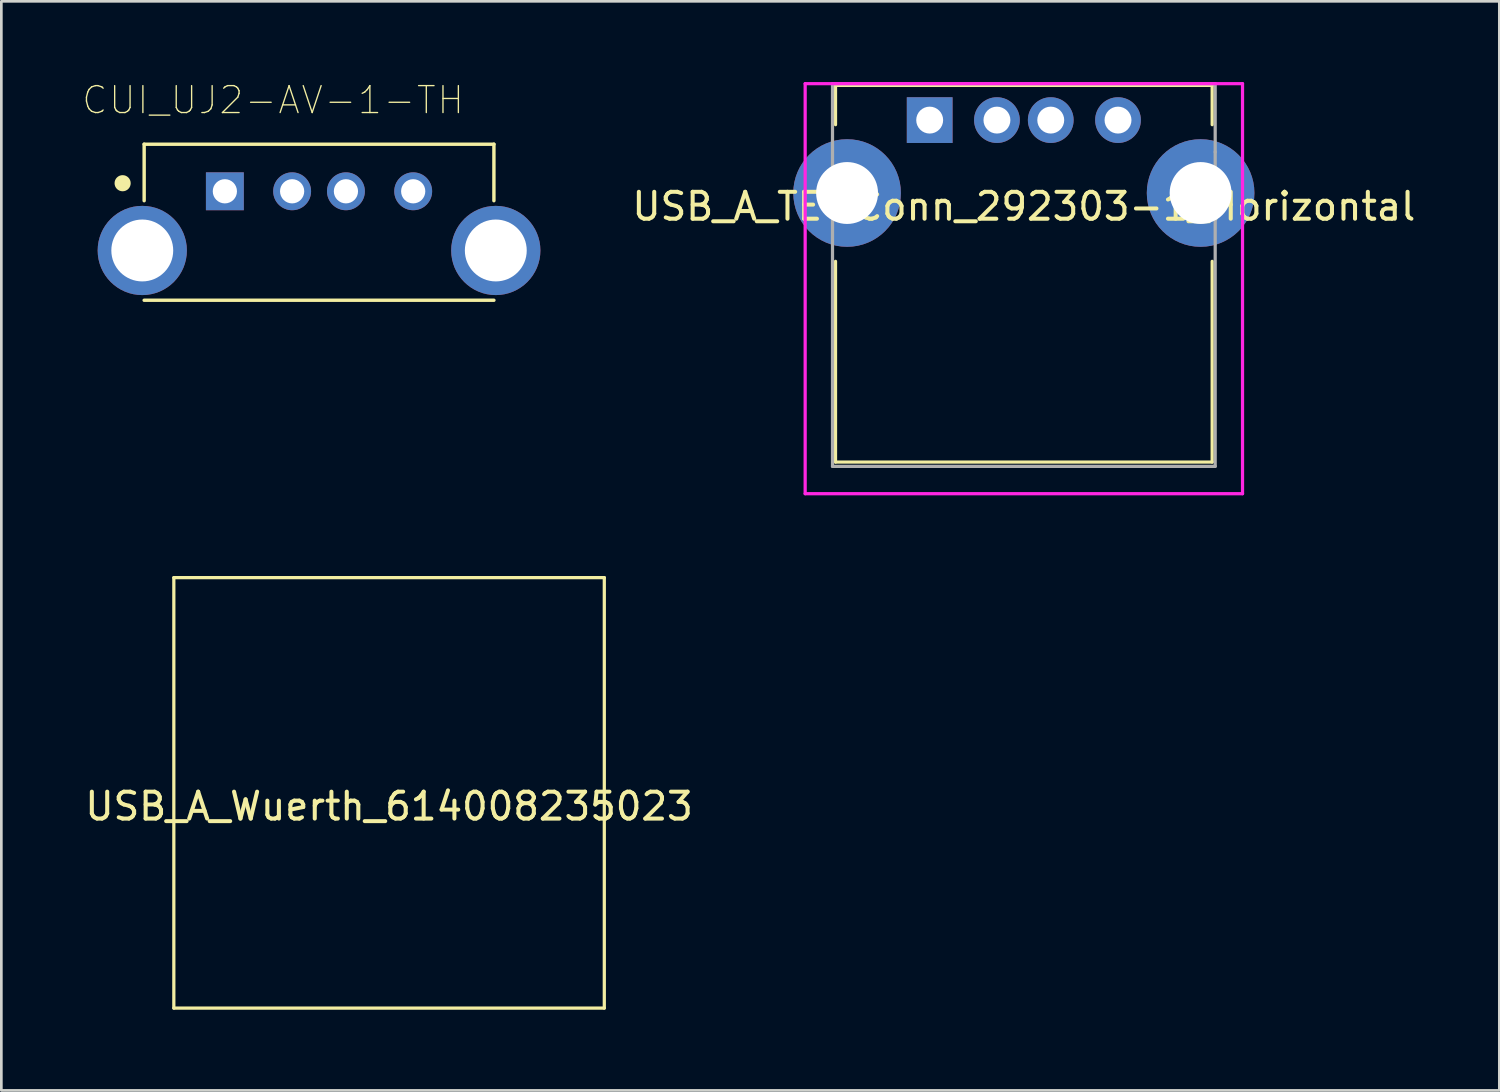
<source format=kicad_pcb>
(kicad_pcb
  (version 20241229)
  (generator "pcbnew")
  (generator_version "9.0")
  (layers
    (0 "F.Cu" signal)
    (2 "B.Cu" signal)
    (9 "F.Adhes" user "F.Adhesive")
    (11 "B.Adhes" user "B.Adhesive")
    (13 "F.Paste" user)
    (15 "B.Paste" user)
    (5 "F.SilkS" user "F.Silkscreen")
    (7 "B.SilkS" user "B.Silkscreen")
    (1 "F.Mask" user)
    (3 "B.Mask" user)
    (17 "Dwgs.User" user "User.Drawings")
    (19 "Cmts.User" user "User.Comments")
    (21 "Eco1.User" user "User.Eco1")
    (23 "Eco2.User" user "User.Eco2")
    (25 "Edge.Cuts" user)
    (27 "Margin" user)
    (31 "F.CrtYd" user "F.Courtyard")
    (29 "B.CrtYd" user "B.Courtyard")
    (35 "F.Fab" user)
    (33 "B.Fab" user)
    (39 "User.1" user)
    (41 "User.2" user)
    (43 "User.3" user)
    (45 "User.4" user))
  (footprint "CUI_UJ2-AV-1-TH"
    (layer "F.Cu")
    (at 5.308 4.06)
    (property "Reference" "CUI_UJ2-AV-1-TH" (at 1.791 -3.387 0) (layer "F.SilkS") (effects (font (size 1.001 1.001) (thickness 0.05))))
    (attr through_hole)
    (fp_line (start -3 -1.75) (end -3 0.35) (stroke (width 0.127) (type solid)) (layer "F.SilkS"))
    (fp_line (start -3 4.05) (end 10 4.05) (stroke (width 0.127) (type solid)) (layer "F.SilkS"))
    (fp_line (start 10 -1.75) (end -3 -1.75) (stroke (width 0.127) (type solid)) (layer "F.SilkS"))
    (fp_line (start 10 -1.75) (end 10 0.35) (stroke (width 0.127) (type solid)) (layer "F.SilkS"))
    (fp_circle (center -3.8 -0.3) (end -3.65 -0.3) (stroke (width 0.3) (type solid)) (fill no) (layer "F.SilkS"))
    (fp_line (start -5 0.25) (end -3.25 0.25) (stroke (width 0.05) (type solid)) (layer "Eco1.User"))
    (fp_line (start -5 4.3) (end -5 0.25) (stroke (width 0.05) (type solid)) (layer "Eco1.User"))
    (fp_line (start -3.25 -2) (end 10.25 -2) (stroke (width 0.05) (type solid)) (layer "Eco1.User"))
    (fp_line (start -3.25 0.25) (end -3.25 -2) (stroke (width 0.05) (type solid)) (layer "Eco1.User"))
    (fp_line (start 10.25 -2) (end 10.25 0.25) (stroke (width 0.05) (type solid)) (layer "Eco1.User"))
    (fp_line (start 10.25 0.25) (end 12 0.25) (stroke (width 0.05) (type solid)) (layer "Eco1.User"))
    (fp_line (start 12 0.25) (end 12 4.3) (stroke (width 0.05) (type solid)) (layer "Eco1.User"))
    (fp_line (start 12 4.3) (end -5 4.3) (stroke (width 0.05) (type solid)) (layer "Eco1.User"))
    (fp_line (start -3 -1.75) (end 10 -1.75) (stroke (width 0.127) (type solid)) (layer "Eco2.User"))
    (fp_line (start -3 4.05) (end -3 -1.75) (stroke (width 0.127) (type solid)) (layer "Eco2.User"))
    (fp_line (start 10 -1.75) (end 10 4.05) (stroke (width 0.127) (type solid)) (layer "Eco2.User"))
    (fp_line (start 10 4.05) (end -3 4.05) (stroke (width 0.127) (type solid)) (layer "Eco2.User"))
    (fp_circle (center 0 -0.05) (end 0.15 -0.05) (stroke (width 0.3) (type solid)) (fill no) (layer "Eco2.User"))
    (pad "1" thru_hole rect (at 0 0) (size 1.408 1.408) (drill 0.9) (layers "*.Cu" "*.Mask"))
    (pad "2" thru_hole circle (at 2.5 0) (size 1.408 1.408) (drill 0.9) (layers "*.Cu" "*.Mask"))
    (pad "3" thru_hole circle (at 4.5 0) (size 1.408 1.408) (drill 0.9) (layers "*.Cu" "*.Mask"))
    (pad "4" thru_hole circle (at 7 0) (size 1.408 1.408) (drill 0.9) (layers "*.Cu" "*.Mask"))
    (pad "SH1" thru_hole circle (at -3.07 2.2) (size 3.316 3.316) (drill 2.3) (layers "*.Cu" "*.Mask"))
    (pad "SH2" thru_hole circle (at 10.07 2.2) (size 3.316 3.316) (drill 2.3) (layers "*.Cu" "*.Mask")))
  (footprint "USB_A_Wuerth_614008235023"
    (layer "F.Cu")
    (at 11.411 26.42)
    (property "Reference" "USB_A_Wuerth_614008235023" (at 0 0.5 0) (layer "F.SilkS") (effects (font (size 1 1) (thickness 0.15))))
    (attr through_hole)
    (fp_line (start -8 -8) (end 8 -8) (stroke (width 0.12) (type solid)) (layer "F.SilkS"))
    (fp_line (start -8 8) (end -8 -8) (stroke (width 0.12) (type solid)) (layer "F.SilkS"))
    (fp_line (start 8 -8) (end 8 8) (stroke (width 0.12) (type solid)) (layer "F.SilkS"))
    (fp_line (start 8 8) (end -8 8) (stroke (width 0.12) (type solid)) (layer "F.SilkS")))
  (footprint "USB_A_TE-Conn_292303-1_Horizontal"
    (layer "F.Cu")
    (at 35.005 4.124)
    (property "Reference" "USB_A_TE-Conn_292303-1_Horizontal" (at 0 0.5 0) (layer "F.SilkS") (effects (font (size 1 1) (thickness 0.15))))
    (attr through_hole)
    (fp_line (start -7 -4) (end -7 -2.54) (stroke (width 0.12) (type solid)) (layer "F.SilkS"))
    (fp_line (start -7 -4) (end 7 -4) (stroke (width 0.12) (type solid)) (layer "F.SilkS"))
    (fp_line (start -7 2.54) (end -7 10) (stroke (width 0.12) (type solid)) (layer "F.SilkS"))
    (fp_line (start -7 10) (end 7 10) (stroke (width 0.12) (type solid)) (layer "F.SilkS"))
    (fp_line (start 7 -4) (end 7 -2.54) (stroke (width 0.12) (type solid)) (layer "F.SilkS"))
    (fp_line (start 7 10) (end 7 2.54) (stroke (width 0.12) (type solid)) (layer "F.SilkS"))
    (fp_line (start -8.128 -4.064) (end 8.128 -4.064) (stroke (width 0.12) (type solid)) (layer "F.CrtYd"))
    (fp_line (start -8.128 11.176) (end -8.128 -4.064) (stroke (width 0.12) (type solid)) (layer "F.CrtYd"))
    (fp_line (start 8.128 -4.064) (end 8.128 11.176) (stroke (width 0.12) (type solid)) (layer "F.CrtYd"))
    (fp_line (start 8.128 11.176) (end -8.128 11.176) (stroke (width 0.12) (type solid)) (layer "F.CrtYd"))
    (fp_line (start -7.112 -4.064) (end 7.112 -4.064) (stroke (width 0.12) (type solid)) (layer "F.Fab"))
    (fp_line (start -7.112 10.16) (end -7.112 -4.064) (stroke (width 0.12) (type solid)) (layer "F.Fab"))
    (fp_line (start 7.112 -4.064) (end 7.112 -1.524) (stroke (width 0.12) (type solid)) (layer "F.Fab"))
    (fp_line (start 7.112 -1.524) (end 7.112 10.16) (stroke (width 0.12) (type solid)) (layer "F.Fab"))
    (fp_line (start 7.112 10.16) (end -7.112 10.16) (stroke (width 0.12) (type solid)) (layer "F.Fab"))
    (pad "1" thru_hole rect (at -3.5 -2.71) (size 1.7 1.7) (drill 1) (layers "*.Cu" "*.Mask"))
    (pad "2" thru_hole circle (at -1 -2.71) (size 1.7 1.7) (drill 1) (layers "*.Cu" "*.Mask"))
    (pad "3" thru_hole circle (at 1 -2.71) (size 1.7 1.7) (drill 1) (layers "*.Cu" "*.Mask"))
    (pad "4" thru_hole circle (at 3.5 -2.71) (size 1.7 1.7) (drill 1) (layers "*.Cu" "*.Mask"))
    (pad "SH" thru_hole circle (at -6.57 0) (size 4 4) (drill 2.3) (layers "*.Cu" "*.Mask"))
    (pad "SH" thru_hole circle (at 6.57 0) (size 4 4) (drill 2.3) (layers "*.Cu" "*.Mask")))
  (gr_rect
    (start -3 -3)
    (end 52.678 37.48)
    (stroke (width 0.1) (type default))
    (fill no)
    (layer "Edge.Cuts")))
</source>
